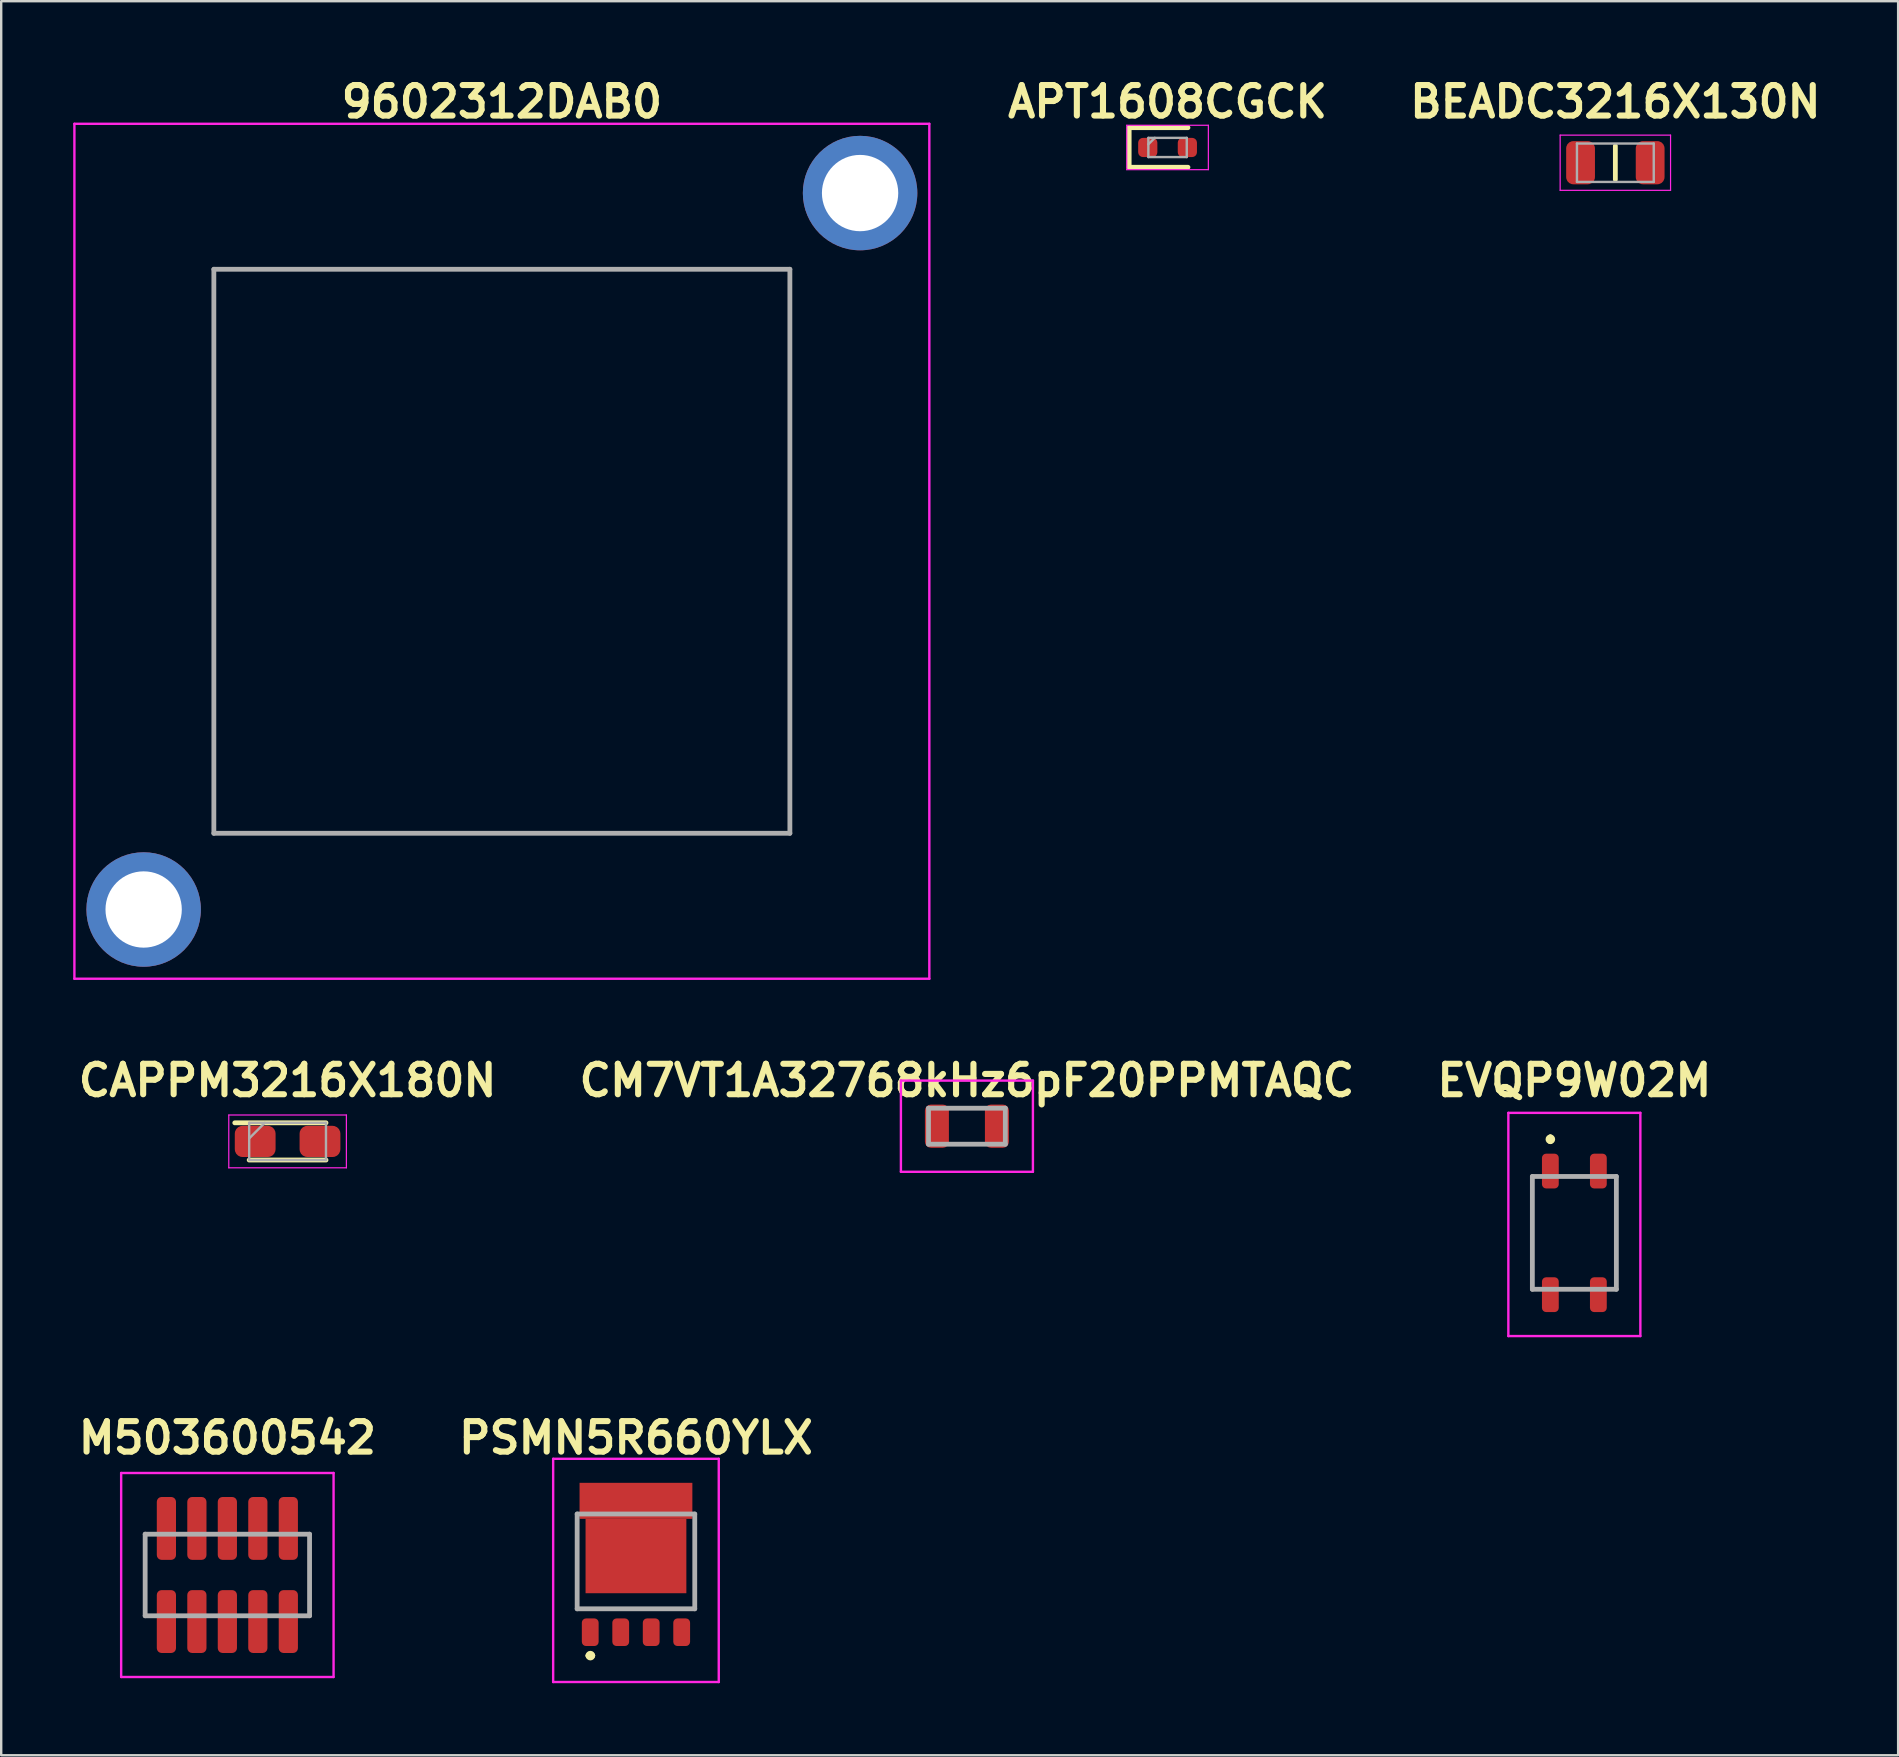
<source format=kicad_pcb>
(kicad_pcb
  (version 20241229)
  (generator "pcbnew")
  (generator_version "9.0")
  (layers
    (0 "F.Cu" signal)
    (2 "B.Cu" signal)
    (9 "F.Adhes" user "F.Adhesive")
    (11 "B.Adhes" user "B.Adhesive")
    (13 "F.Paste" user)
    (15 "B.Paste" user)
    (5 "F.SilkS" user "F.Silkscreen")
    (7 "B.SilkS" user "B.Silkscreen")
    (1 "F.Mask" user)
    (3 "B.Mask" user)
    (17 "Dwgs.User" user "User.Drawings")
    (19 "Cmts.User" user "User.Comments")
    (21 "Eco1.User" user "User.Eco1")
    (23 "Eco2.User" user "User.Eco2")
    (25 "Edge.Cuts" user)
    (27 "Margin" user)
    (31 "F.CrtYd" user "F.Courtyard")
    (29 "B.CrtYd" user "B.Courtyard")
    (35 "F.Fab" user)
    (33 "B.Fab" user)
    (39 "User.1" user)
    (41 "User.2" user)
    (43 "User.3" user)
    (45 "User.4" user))
  (footprint "EVQP9W02M"
    (layer "F.Cu")
    (at 62.545 48.317)
    (property "Reference" "EVQP9W02M" (at 0 -6.35 0) (layer "F.SilkS") (effects (font (size 1.27 1.27) (thickness 0.254))))
    (attr smd)
    (fp_line (start -1.75 -1.6) (end -1.75 1.6) (stroke (width 0.1) (type solid)) (layer "F.SilkS"))
    (fp_line (start -1 -4) (end -1 -4) (stroke (width 0.2) (type solid)) (layer "F.SilkS"))
    (fp_line (start -1 -3.8) (end -1 -3.8) (stroke (width 0.2) (type solid)) (layer "F.SilkS"))
    (fp_line (start 1.75 -1.6) (end 1.75 1.6) (stroke (width 0.1) (type solid)) (layer "F.SilkS"))
    (fp_arc (start -1 -4) (mid -0.9 -3.9) (end -1 -3.8) (stroke (width 0.2) (type solid)) (layer "F.SilkS"))
    (fp_arc (start -1 -3.8) (mid -1.1 -3.9) (end -1 -4) (stroke (width 0.2) (type solid)) (layer "F.SilkS"))
    (fp_line (start -2.75 -5) (end 2.75 -5) (stroke (width 0.1) (type solid)) (layer "F.CrtYd"))
    (fp_line (start -2.75 4.3) (end -2.75 -5) (stroke (width 0.1) (type solid)) (layer "F.CrtYd"))
    (fp_line (start 2.75 -5) (end 2.75 4.3) (stroke (width 0.1) (type solid)) (layer "F.CrtYd"))
    (fp_line (start 2.75 4.3) (end -2.75 4.3) (stroke (width 0.1) (type solid)) (layer "F.CrtYd"))
    (fp_line (start -1.75 -2.35) (end 1.75 -2.35) (stroke (width 0.2) (type solid)) (layer "F.Fab"))
    (fp_line (start -1.75 2.35) (end -1.75 -2.35) (stroke (width 0.2) (type solid)) (layer "F.Fab"))
    (fp_line (start 1.75 -2.35) (end 1.75 2.35) (stroke (width 0.2) (type solid)) (layer "F.Fab"))
    (fp_line (start 1.75 2.35) (end -1.75 2.35) (stroke (width 0.2) (type solid)) (layer "F.Fab"))
    (pad "1" smd roundrect (at -1 -2.575) (size 0.7 1.45) (layers "F.Cu" "F.Mask" "F.Paste") (roundrect_rratio 0.25))
    (pad "2" smd roundrect (at 1 -2.575) (size 0.7 1.45) (layers "F.Cu" "F.Mask" "F.Paste") (roundrect_rratio 0.25))
    (pad "3" smd roundrect (at -1 2.575) (size 0.7 1.45) (layers "F.Cu" "F.Mask" "F.Paste") (roundrect_rratio 0.25))
    (pad "4" smd roundrect (at 1 2.575) (size 0.7 1.45) (layers "F.Cu" "F.Mask" "F.Paste") (roundrect_rratio 0.25)))
  (footprint "9602312DAB0"
    (layer "F.Cu")
    (at 17.86 19.919)
    (property "Reference" "9602312DAB0" (at 0 -18.73 0) (layer "F.SilkS") (effects (font (size 1.27 1.27) (thickness 0.254))))
    (attr through_hole)
    (fp_line (start -12 -11.75) (end 12 -11.75) (stroke (width 0.1) (type solid)) (layer "F.SilkS"))
    (fp_line (start -12 11.75) (end -12 -11.75) (stroke (width 0.1) (type solid)) (layer "F.SilkS"))
    (fp_line (start 12 -11.75) (end 12 11.75) (stroke (width 0.1) (type solid)) (layer "F.SilkS"))
    (fp_line (start 12 11.75) (end -12 11.75) (stroke (width 0.1) (type solid)) (layer "F.SilkS"))
    (fp_line (start -17.81 -17.81) (end 17.81 -17.81) (stroke (width 0.1) (type solid)) (layer "F.CrtYd"))
    (fp_line (start -17.81 17.81) (end -17.81 -17.81) (stroke (width 0.1) (type solid)) (layer "F.CrtYd"))
    (fp_line (start 17.81 -17.81) (end 17.81 17.81) (stroke (width 0.1) (type solid)) (layer "F.CrtYd"))
    (fp_line (start 17.81 17.81) (end -17.81 17.81) (stroke (width 0.1) (type solid)) (layer "F.CrtYd"))
    (fp_line (start -12 -11.75) (end 12 -11.75) (stroke (width 0.2) (type solid)) (layer "F.Fab"))
    (fp_line (start -12 11.75) (end -12 -11.75) (stroke (width 0.2) (type solid)) (layer "F.Fab"))
    (fp_line (start 12 -11.75) (end 12 11.75) (stroke (width 0.2) (type solid)) (layer "F.Fab"))
    (fp_line (start 12 11.75) (end -12 11.75) (stroke (width 0.2) (type solid)) (layer "F.Fab"))
    (pad "1" thru_hole circle (at -14.925 14.925) (size 4.77 4.77) (drill 3.18) (layers "*.Cu" "*.Mask"))
    (pad "2" thru_hole circle (at 14.925 -14.925) (size 4.77 4.77) (drill 3.18) (layers "*.Cu" "*.Mask")))
  (footprint "CM7VT1A32768kHz6pF20PPMTAQC"
    (layer "F.Cu")
    (at 37.236 43.872)
    (property "Reference" "CM7VT1A32768kHz6pF20PPMTAQC" (at 0 -1.905 0) (layer "F.SilkS") (effects (font (size 1.27 1.27) (thickness 0.254))))
    (attr smd)
    (fp_line (start -0.4 -0.75) (end 0.5 -0.75) (stroke (width 0.1) (type solid)) (layer "F.SilkS"))
    (fp_line (start -0.4 0.75) (end 0.4 0.75) (stroke (width 0.1) (type solid)) (layer "F.SilkS"))
    (fp_line (start -2.75 -1.9) (end 2.75 -1.9) (stroke (width 0.1) (type solid)) (layer "F.CrtYd"))
    (fp_line (start -2.75 1.9) (end -2.75 -1.9) (stroke (width 0.1) (type solid)) (layer "F.CrtYd"))
    (fp_line (start 2.75 -1.9) (end 2.75 1.9) (stroke (width 0.1) (type solid)) (layer "F.CrtYd"))
    (fp_line (start 2.75 1.9) (end -2.75 1.9) (stroke (width 0.1) (type solid)) (layer "F.CrtYd"))
    (fp_line (start -1.6 -0.75) (end 1.6 -0.75) (stroke (width 0.2) (type solid)) (layer "F.Fab"))
    (fp_line (start -1.6 0.75) (end -1.6 -0.75) (stroke (width 0.2) (type solid)) (layer "F.Fab"))
    (fp_line (start 1.6 -0.75) (end 1.6 0.75) (stroke (width 0.2) (type solid)) (layer "F.Fab"))
    (fp_line (start 1.6 0.75) (end -1.6 0.75) (stroke (width 0.2) (type solid)) (layer "F.Fab"))
    (pad "1" smd roundrect (at -1.25 0) (size 1 1.8) (layers "F.Cu" "F.Mask" "F.Paste") (roundrect_rratio 0.25))
    (pad "2" smd roundrect (at 1.25 0) (size 1 1.8) (layers "F.Cu" "F.Mask" "F.Paste") (roundrect_rratio 0.25)))
  (footprint "PSMN5R660YLX"
    (layer "F.Cu")
    (at 23.447 60.031)
    (property "Reference" "PSMN5R660YLX" (at 0 -3.175 0) (layer "F.SilkS") (effects (font (size 1.27 1.27) (thickness 0.254))))
    (attr smd)
    (fp_line (start -2.45 0.5) (end -2.45 3.95) (stroke (width 0.1) (type solid)) (layer "F.SilkS"))
    (fp_line (start -2.45 3.95) (end 2.45 3.95) (stroke (width 0.1) (type solid)) (layer "F.SilkS"))
    (fp_line (start -2 5.9) (end -2 5.9) (stroke (width 0.2) (type solid)) (layer "F.SilkS"))
    (fp_line (start -1.8 5.9) (end -1.8 5.9) (stroke (width 0.2) (type solid)) (layer "F.SilkS"))
    (fp_line (start 2.45 3.95) (end 2.45 0.5) (stroke (width 0.1) (type solid)) (layer "F.SilkS"))
    (fp_arc (start -2 5.9) (mid -1.9 5.8) (end -1.8 5.9) (stroke (width 0.2) (type solid)) (layer "F.SilkS"))
    (fp_arc (start -1.8 5.9) (mid -1.9 6) (end -2 5.9) (stroke (width 0.2) (type solid)) (layer "F.SilkS"))
    (fp_line (start -3.45 -2.3) (end 3.45 -2.3) (stroke (width 0.1) (type solid)) (layer "F.CrtYd"))
    (fp_line (start -3.45 7) (end -3.45 -2.3) (stroke (width 0.1) (type solid)) (layer "F.CrtYd"))
    (fp_line (start 3.45 -2.3) (end 3.45 7) (stroke (width 0.1) (type solid)) (layer "F.CrtYd"))
    (fp_line (start 3.45 7) (end -3.45 7) (stroke (width 0.1) (type solid)) (layer "F.CrtYd"))
    (fp_line (start -2.45 0) (end 2.45 0) (stroke (width 0.2) (type solid)) (layer "F.Fab"))
    (fp_line (start -2.45 3.95) (end -2.45 0) (stroke (width 0.2) (type solid)) (layer "F.Fab"))
    (fp_line (start 2.45 0) (end 2.45 3.95) (stroke (width 0.2) (type solid)) (layer "F.Fab"))
    (fp_line (start 2.45 3.95) (end -2.45 3.95) (stroke (width 0.2) (type solid)) (layer "F.Fab"))
    (pad "1" smd roundrect (at -1.905 4.925) (size 0.7 1.15) (layers "F.Cu" "F.Mask" "F.Paste") (roundrect_rratio 0.25))
    (pad "2" smd roundrect (at -0.635 4.925) (size 0.7 1.15) (layers "F.Cu" "F.Mask" "F.Paste") (roundrect_rratio 0.25))
    (pad "3" smd roundrect (at 0.635 4.925) (size 0.7 1.15) (layers "F.Cu" "F.Mask" "F.Paste") (roundrect_rratio 0.25))
    (pad "4" smd roundrect (at 1.905 4.925) (size 0.7 1.15) (layers "F.Cu" "F.Mask" "F.Paste") (roundrect_rratio 0.25))
    (pad "5" smd rect (at 0 1.75 90) (size 3.1 4.2) (layers "F.Cu" "F.Mask" "F.Paste"))
    (pad "6" smd rect (at 0 -0.55 90) (size 1.5 4.7) (layers "F.Cu" "F.Mask" "F.Paste")))
  (footprint "APT1608CGCK"
    (layer "F.Cu")
    (at 45.596 3.094)
    (property "Reference" "APT1608CGCK" (at 0 -1.905 0) (layer "F.SilkS") (effects (font (size 1.27 1.27) (thickness 0.254))))
    (attr smd)
    (fp_line (start -1.6 -0.825) (end -1.6 0.825) (stroke (width 0.2) (type solid)) (layer "F.SilkS"))
    (fp_line (start -1.6 0.825) (end 0.85 0.825) (stroke (width 0.2) (type solid)) (layer "F.SilkS"))
    (fp_line (start 0.85 -0.825) (end -1.6 -0.825) (stroke (width 0.2) (type solid)) (layer "F.SilkS"))
    (fp_line (start -1.7 -0.925) (end 1.7 -0.925) (stroke (width 0.05) (type solid)) (layer "F.CrtYd"))
    (fp_line (start -1.7 0.925) (end -1.7 -0.925) (stroke (width 0.05) (type solid)) (layer "F.CrtYd"))
    (fp_line (start 1.7 -0.925) (end 1.7 0.925) (stroke (width 0.05) (type solid)) (layer "F.CrtYd"))
    (fp_line (start 1.7 0.925) (end -1.7 0.925) (stroke (width 0.05) (type solid)) (layer "F.CrtYd"))
    (fp_line (start -0.8 -0.4) (end 0.8 -0.4) (stroke (width 0.1) (type solid)) (layer "F.Fab"))
    (fp_line (start -0.8 -0.133) (end -0.533 -0.4) (stroke (width 0.1) (type solid)) (layer "F.Fab"))
    (fp_line (start -0.8 0.4) (end -0.8 -0.4) (stroke (width 0.1) (type solid)) (layer "F.Fab"))
    (fp_line (start 0.8 -0.4) (end 0.8 0.4) (stroke (width 0.1) (type solid)) (layer "F.Fab"))
    (fp_line (start 0.8 0.4) (end -0.8 0.4) (stroke (width 0.1) (type solid)) (layer "F.Fab"))
    (pad "1" smd roundrect (at -0.825 0) (size 0.8 0.8) (layers "F.Cu" "F.Mask" "F.Paste") (roundrect_rratio 0.25))
    (pad "2" smd roundrect (at 0.825 0) (size 0.8 0.8) (layers "F.Cu" "F.Mask" "F.Paste") (roundrect_rratio 0.25)))
  (footprint "CAPPM3216X180N"
    (layer "F.Cu")
    (at 8.932 44.507)
    (property "Reference" "CAPPM3216X180N" (at 0 -2.54 0) (layer "F.SilkS") (effects (font (size 1.27 1.27) (thickness 0.254))))
    (attr smd)
    (fp_line (start -1.6 0.775) (end 1.6 0.775) (stroke (width 0.2) (type solid)) (layer "F.SilkS"))
    (fp_line (start 1.6 -0.775) (end -2.2 -0.775) (stroke (width 0.2) (type solid)) (layer "F.SilkS"))
    (fp_line (start -2.45 -1.1) (end 2.45 -1.1) (stroke (width 0.05) (type solid)) (layer "F.CrtYd"))
    (fp_line (start -2.45 1.1) (end -2.45 -1.1) (stroke (width 0.05) (type solid)) (layer "F.CrtYd"))
    (fp_line (start 2.45 -1.1) (end 2.45 1.1) (stroke (width 0.05) (type solid)) (layer "F.CrtYd"))
    (fp_line (start 2.45 1.1) (end -2.45 1.1) (stroke (width 0.05) (type solid)) (layer "F.CrtYd"))
    (fp_line (start -1.6 -0.775) (end 1.6 -0.775) (stroke (width 0.1) (type solid)) (layer "F.Fab"))
    (fp_line (start -1.6 -0.125) (end -0.95 -0.775) (stroke (width 0.1) (type solid)) (layer "F.Fab"))
    (fp_line (start -1.6 0.775) (end -1.6 -0.775) (stroke (width 0.1) (type solid)) (layer "F.Fab"))
    (fp_line (start 1.6 -0.775) (end 1.6 0.775) (stroke (width 0.1) (type solid)) (layer "F.Fab"))
    (fp_line (start 1.6 0.775) (end -1.6 0.775) (stroke (width 0.1) (type solid)) (layer "F.Fab"))
    (pad "1" smd roundrect (at -1.35 0 90) (size 1.3 1.7) (layers "F.Cu" "F.Mask" "F.Paste") (roundrect_rratio 0.25))
    (pad "2" smd roundrect (at 1.35 0 90) (size 1.3 1.7) (layers "F.Cu" "F.Mask" "F.Paste") (roundrect_rratio 0.25)))
  (footprint "M503600542"
    (layer "F.Cu")
    (at 6.423 62.571)
    (property "Reference" "M503600542" (at 0 -5.715 0) (layer "F.SilkS") (effects (font (size 1.27 1.27) (thickness 0.254))))
    (attr smd)
    (fp_line (start -3.425 -1.7) (end -3.425 1.7) (stroke (width 0.1) (type solid)) (layer "F.SilkS"))
    (fp_line (start 3.425 -1.7) (end 3.425 1.7) (stroke (width 0.1) (type solid)) (layer "F.SilkS"))
    (fp_line (start -4.425 -4.25) (end 4.425 -4.25) (stroke (width 0.1) (type solid)) (layer "F.CrtYd"))
    (fp_line (start -4.425 4.25) (end -4.425 -4.25) (stroke (width 0.1) (type solid)) (layer "F.CrtYd"))
    (fp_line (start 4.425 -4.25) (end 4.425 4.25) (stroke (width 0.1) (type solid)) (layer "F.CrtYd"))
    (fp_line (start 4.425 4.25) (end -4.425 4.25) (stroke (width 0.1) (type solid)) (layer "F.CrtYd"))
    (fp_line (start -3.425 -1.7) (end 3.425 -1.7) (stroke (width 0.2) (type solid)) (layer "F.Fab"))
    (fp_line (start -3.425 1.7) (end -3.425 -1.7) (stroke (width 0.2) (type solid)) (layer "F.Fab"))
    (fp_line (start 3.425 -1.7) (end 3.425 1.7) (stroke (width 0.2) (type solid)) (layer "F.Fab"))
    (fp_line (start 3.425 1.7) (end -3.425 1.7) (stroke (width 0.2) (type solid)) (layer "F.Fab"))
    (pad "1" smd roundrect (at -2.54 1.94) (size 0.8 2.62) (layers "F.Cu" "F.Mask" "F.Paste") (roundrect_rratio 0.25))
    (pad "2" smd roundrect (at -2.54 -1.94) (size 0.8 2.62) (layers "F.Cu" "F.Mask" "F.Paste") (roundrect_rratio 0.25))
    (pad "3" smd roundrect (at -1.27 1.94) (size 0.8 2.62) (layers "F.Cu" "F.Mask" "F.Paste") (roundrect_rratio 0.25))
    (pad "4" smd roundrect (at -1.27 -1.94) (size 0.8 2.62) (layers "F.Cu" "F.Mask" "F.Paste") (roundrect_rratio 0.25))
    (pad "5" smd roundrect (at 0 1.94) (size 0.8 2.62) (layers "F.Cu" "F.Mask" "F.Paste") (roundrect_rratio 0.25))
    (pad "6" smd roundrect (at 0 -1.94) (size 0.8 2.62) (layers "F.Cu" "F.Mask" "F.Paste") (roundrect_rratio 0.25))
    (pad "7" smd roundrect (at 1.27 1.94) (size 0.8 2.62) (layers "F.Cu" "F.Mask" "F.Paste") (roundrect_rratio 0.25))
    (pad "8" smd roundrect (at 1.27 -1.94) (size 0.8 2.62) (layers "F.Cu" "F.Mask" "F.Paste") (roundrect_rratio 0.25))
    (pad "9" smd roundrect (at 2.54 1.94) (size 0.8 2.62) (layers "F.Cu" "F.Mask" "F.Paste") (roundrect_rratio 0.25))
    (pad "10" smd roundrect (at 2.54 -1.94) (size 0.8 2.62) (layers "F.Cu" "F.Mask" "F.Paste") (roundrect_rratio 0.25)))
  (footprint "BEADC3216X130N"
    (layer "F.Cu")
    (at 64.253 3.729)
    (property "Reference" "BEADC3216X130N" (at 0 -2.54 0) (layer "F.SilkS") (effects (font (size 1.27 1.27) (thickness 0.254))))
    (attr smd)
    (fp_line (start 0 -0.7) (end 0 0.7) (stroke (width 0.2) (type solid)) (layer "F.SilkS"))
    (fp_line (start -2.3 -1.15) (end 2.3 -1.15) (stroke (width 0.05) (type solid)) (layer "F.CrtYd"))
    (fp_line (start -2.3 1.15) (end -2.3 -1.15) (stroke (width 0.05) (type solid)) (layer "F.CrtYd"))
    (fp_line (start 2.3 -1.15) (end 2.3 1.15) (stroke (width 0.05) (type solid)) (layer "F.CrtYd"))
    (fp_line (start 2.3 1.15) (end -2.3 1.15) (stroke (width 0.05) (type solid)) (layer "F.CrtYd"))
    (fp_line (start -1.6 -0.8) (end 1.6 -0.8) (stroke (width 0.1) (type solid)) (layer "F.Fab"))
    (fp_line (start -1.6 0.8) (end -1.6 -0.8) (stroke (width 0.1) (type solid)) (layer "F.Fab"))
    (fp_line (start 1.6 -0.8) (end 1.6 0.8) (stroke (width 0.1) (type solid)) (layer "F.Fab"))
    (fp_line (start 1.6 0.8) (end -1.6 0.8) (stroke (width 0.1) (type solid)) (layer "F.Fab"))
    (pad "1" smd roundrect (at -1.45 0) (size 1.2 1.8) (layers "F.Cu" "F.Mask" "F.Paste") (roundrect_rratio 0.25))
    (pad "2" smd roundrect (at 1.45 0) (size 1.2 1.8) (layers "F.Cu" "F.Mask" "F.Paste") (roundrect_rratio 0.25)))
  (gr_rect
    (start -3 -3)
    (end 76.035 70.081)
    (stroke (width 0.1) (type default))
    (fill no)
    (layer "Edge.Cuts")))
</source>
